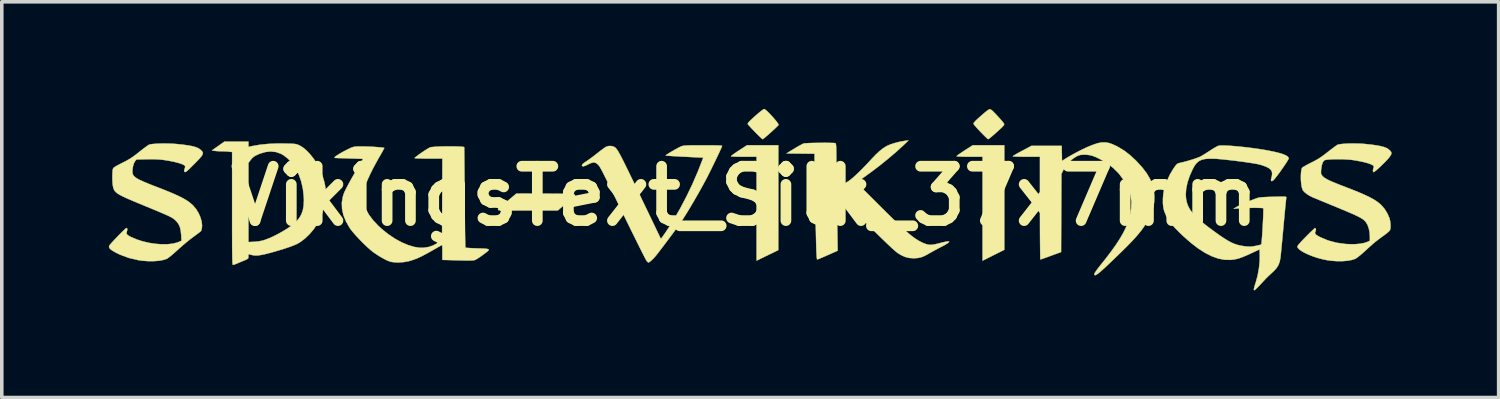
<source format=kicad_pcb>
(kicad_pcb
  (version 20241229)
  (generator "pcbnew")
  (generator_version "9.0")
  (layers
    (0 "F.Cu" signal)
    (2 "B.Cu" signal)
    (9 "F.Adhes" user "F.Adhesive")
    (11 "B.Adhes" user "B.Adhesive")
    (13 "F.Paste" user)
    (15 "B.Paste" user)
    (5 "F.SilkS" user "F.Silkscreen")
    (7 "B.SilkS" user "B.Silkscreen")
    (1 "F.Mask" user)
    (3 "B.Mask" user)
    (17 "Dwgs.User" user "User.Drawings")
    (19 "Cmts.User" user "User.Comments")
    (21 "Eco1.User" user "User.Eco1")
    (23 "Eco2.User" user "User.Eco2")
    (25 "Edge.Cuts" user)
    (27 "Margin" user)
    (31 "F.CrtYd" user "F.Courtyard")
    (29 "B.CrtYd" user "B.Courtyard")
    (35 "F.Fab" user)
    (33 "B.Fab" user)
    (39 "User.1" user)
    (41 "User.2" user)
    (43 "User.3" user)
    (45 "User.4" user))
  (footprint "VikingsText_Silk_37x7mm"
    (layer "F.Cu")
    (at 17.814 2.443)
    (property "Reference" "VikingsText_Silk_37x7mm" (at 0 0 0) (layer "F.SilkS") (effects (font (size 1.524 1.524) (thickness 0.3))))
    (attr through_hole)
    (fp_poly (pts (xy 7.281 1.507) (xy 6.977 1.659) (xy 6.672 1.812) (xy 6.672 -1.101) (xy 6.308 -1.101) (xy 6.2 -1.101) (xy 6.106 -1.103) (xy 6.028 -1.106) (xy 5.974 -1.11) (xy 5.946 -1.114) (xy 5.944 -1.116) (xy 5.957 -1.13) (xy 5.994 -1.158) (xy 6.051 -1.198) (xy 6.121 -1.245) (xy 6.17 -1.277) (xy 6.396 -1.422) (xy 7.281 -1.422) (xy 7.281 1.507)) (stroke (width 0.01) (type solid)) (fill yes) (layer "F.SilkS"))
    (fp_poly (pts (xy 0.948 0.047) (xy 0.947 1.516) (xy 0.643 1.663) (xy 0.339 1.81) (xy 0.339 -1.101) (xy -0.014 -1.101) (xy -0.12 -1.101) (xy -0.215 -1.103) (xy -0.292 -1.105) (xy -0.348 -1.108) (xy -0.376 -1.111) (xy -0.379 -1.112) (xy -0.369 -1.125) (xy -0.335 -1.152) (xy -0.282 -1.191) (xy -0.214 -1.238) (xy -0.161 -1.273) (xy 0.069 -1.422) (xy 0.948 -1.422) (xy 0.948 0.047)) (stroke (width 0.01) (type solid)) (fill yes) (layer "F.SilkS"))
    (fp_poly (pts (xy -5.614 -0.066) (xy -5.454 -0.065) (xy -5.302 -0.064) (xy -5.164 -0.063) (xy -5.042 -0.061) (xy -4.94 -0.059) (xy -4.862 -0.057) (xy -4.811 -0.055) (xy -4.792 -0.053) (xy -4.757 -0.037) (xy -4.747 -0.014) (xy -4.764 0.018) (xy -4.808 0.061) (xy -4.872 0.111) (xy -4.948 0.169) (xy -5.03 0.235) (xy -5.105 0.296) (xy -5.119 0.308) (xy -5.234 0.406) (xy -6.06 0.406) (xy -6.224 0.406) (xy -6.378 0.406) (xy -6.518 0.405) (xy -6.641 0.403) (xy -6.744 0.402) (xy -6.823 0.4) (xy -6.875 0.398) (xy -6.897 0.395) (xy -6.898 0.395) (xy -6.908 0.372) (xy -6.896 0.344) (xy -6.859 0.306) (xy -6.796 0.258) (xy -6.732 0.211) (xy -6.656 0.151) (xy -6.578 0.088) (xy -6.538 0.055) (xy -6.394 -0.068) (xy -5.614 -0.066)) (stroke (width 0.01) (type solid)) (fill yes) (layer "F.SilkS"))
    (fp_poly (pts (xy 0.576 -2.426) (xy 0.616 -2.393) (xy 0.668 -2.345) (xy 0.726 -2.285) (xy 0.786 -2.22) (xy 0.843 -2.155) (xy 0.893 -2.094) (xy 0.931 -2.043) (xy 0.953 -2.007) (xy 0.955 -1.993) (xy 0.94 -1.974) (xy 0.905 -1.939) (xy 0.855 -1.891) (xy 0.795 -1.835) (xy 0.73 -1.776) (xy 0.665 -1.718) (xy 0.605 -1.667) (xy 0.556 -1.625) (xy 0.522 -1.599) (xy 0.509 -1.592) (xy 0.493 -1.603) (xy 0.457 -1.635) (xy 0.407 -1.683) (xy 0.346 -1.743) (xy 0.302 -1.788) (xy 0.236 -1.856) (xy 0.178 -1.917) (xy 0.132 -1.967) (xy 0.102 -2.001) (xy 0.095 -2.011) (xy 0.092 -2.03) (xy 0.106 -2.055) (xy 0.139 -2.093) (xy 0.195 -2.147) (xy 0.196 -2.148) (xy 0.28 -2.225) (xy 0.359 -2.294) (xy 0.43 -2.354) (xy 0.489 -2.4) (xy 0.531 -2.429) (xy 0.552 -2.438) (xy 0.576 -2.426)) (stroke (width 0.01) (type solid)) (fill yes) (layer "F.SilkS"))
    (fp_poly (pts (xy 6.904 -2.423) (xy 6.915 -2.416) (xy 6.944 -2.392) (xy 6.988 -2.349) (xy 7.043 -2.293) (xy 7.102 -2.23) (xy 7.16 -2.166) (xy 7.211 -2.108) (xy 7.25 -2.06) (xy 7.271 -2.03) (xy 7.272 -2.028) (xy 7.277 -2.009) (xy 7.27 -1.988) (xy 7.248 -1.959) (xy 7.207 -1.917) (xy 7.162 -1.875) (xy 7.082 -1.802) (xy 7.006 -1.734) (xy 6.939 -1.676) (xy 6.883 -1.63) (xy 6.844 -1.601) (xy 6.827 -1.592) (xy 6.811 -1.603) (xy 6.777 -1.635) (xy 6.727 -1.684) (xy 6.666 -1.745) (xy 6.616 -1.796) (xy 6.55 -1.866) (xy 6.494 -1.928) (xy 6.45 -1.979) (xy 6.424 -2.013) (xy 6.418 -2.026) (xy 6.426 -2.048) (xy 6.451 -2.081) (xy 6.495 -2.127) (xy 6.562 -2.188) (xy 6.653 -2.268) (xy 6.659 -2.274) (xy 6.736 -2.34) (xy 6.793 -2.386) (xy 6.833 -2.414) (xy 6.862 -2.429) (xy 6.884 -2.431) (xy 6.904 -2.423)) (stroke (width 0.01) (type solid)) (fill yes) (layer "F.SilkS"))
    (fp_poly (pts (xy 10.2 -1.489) (xy 10.303 -1.455) (xy 10.416 -1.404) (xy 10.48 -1.37) (xy 10.643 -1.271) (xy 10.803 -1.147) (xy 10.966 -0.997) (xy 11 -0.961) (xy 11.151 -0.795) (xy 11.271 -0.637) (xy 11.362 -0.483) (xy 11.428 -0.33) (xy 11.468 -0.174) (xy 11.485 -0.012) (xy 11.486 0.042) (xy 11.48 0.18) (xy 11.459 0.305) (xy 11.421 0.428) (xy 11.364 0.562) (xy 11.357 0.576) (xy 11.307 0.675) (xy 11.253 0.769) (xy 11.195 0.861) (xy 11.129 0.953) (xy 11.052 1.05) (xy 10.963 1.153) (xy 10.859 1.266) (xy 10.737 1.392) (xy 10.594 1.534) (xy 10.429 1.695) (xy 10.419 1.704) (xy 10.279 1.838) (xy 10.162 1.95) (xy 10.065 2.04) (xy 9.986 2.11) (xy 9.924 2.162) (xy 9.877 2.196) (xy 9.844 2.215) (xy 9.821 2.219) (xy 9.809 2.21) (xy 9.805 2.19) (xy 9.804 2.185) (xy 9.815 2.16) (xy 9.843 2.115) (xy 9.885 2.056) (xy 9.937 1.989) (xy 9.95 1.972) (xy 10.123 1.755) (xy 10.273 1.558) (xy 10.401 1.379) (xy 10.51 1.213) (xy 10.6 1.06) (xy 10.674 0.915) (xy 10.733 0.776) (xy 10.778 0.639) (xy 10.811 0.503) (xy 10.834 0.363) (xy 10.836 0.347) (xy 10.844 0.166) (xy 10.824 -0.006) (xy 10.773 -0.175) (xy 10.692 -0.344) (xy 10.628 -0.447) (xy 10.489 -0.631) (xy 10.332 -0.788) (xy 10.154 -0.921) (xy 10.085 -0.964) (xy 9.959 -1.035) (xy 9.853 -1.088) (xy 9.76 -1.124) (xy 9.673 -1.146) (xy 9.587 -1.157) (xy 9.542 -1.158) (xy 9.466 -1.157) (xy 9.41 -1.15) (xy 9.359 -1.135) (xy 9.306 -1.111) (xy 9.204 -1.046) (xy 9.103 -0.958) (xy 9.014 -0.855) (xy 8.945 -0.747) (xy 8.939 -0.735) (xy 8.882 -0.618) (xy 8.877 0.476) (xy 8.872 1.57) (xy 8.589 1.674) (xy 8.497 1.708) (xy 8.416 1.737) (xy 8.351 1.759) (xy 8.309 1.774) (xy 8.293 1.778) (xy 8.291 1.762) (xy 8.289 1.714) (xy 8.288 1.637) (xy 8.286 1.533) (xy 8.285 1.406) (xy 8.283 1.257) (xy 8.282 1.089) (xy 8.281 0.904) (xy 8.281 0.705) (xy 8.28 0.494) (xy 8.28 0.339) (xy 8.28 -1.101) (xy 7.899 -1.101) (xy 7.79 -1.101) (xy 7.693 -1.103) (xy 7.613 -1.105) (xy 7.554 -1.108) (xy 7.523 -1.112) (xy 7.518 -1.114) (xy 7.533 -1.125) (xy 7.572 -1.15) (xy 7.632 -1.185) (xy 7.707 -1.227) (xy 7.78 -1.266) (xy 8.042 -1.405) (xy 8.466 -1.405) (xy 8.889 -1.405) (xy 8.894 -1.194) (xy 8.898 -0.982) (xy 8.96 -1.023) (xy 9.031 -1.068) (xy 9.124 -1.123) (xy 9.232 -1.183) (xy 9.346 -1.244) (xy 9.458 -1.301) (xy 9.559 -1.349) (xy 9.623 -1.378) (xy 9.769 -1.437) (xy 9.893 -1.478) (xy 10.002 -1.5) (xy 10.102 -1.503) (xy 10.2 -1.489)) (stroke (width 0.01) (type solid)) (fill yes) (layer "F.SilkS"))
    (fp_poly (pts (xy -13.902 -1.377) (xy -13.796 -1.399) (xy -13.579 -1.437) (xy -13.351 -1.46) (xy -13.105 -1.471) (xy -12.917 -1.47) (xy -12.8 -1.468) (xy -12.712 -1.466) (xy -12.646 -1.463) (xy -12.596 -1.458) (xy -12.558 -1.451) (xy -12.525 -1.44) (xy -12.491 -1.427) (xy -12.467 -1.416) (xy -12.375 -1.36) (xy -12.277 -1.278) (xy -12.178 -1.175) (xy -12.082 -1.055) (xy -11.993 -0.925) (xy -11.922 -0.799) (xy -11.87 -0.683) (xy -11.823 -0.554) (xy -11.783 -0.423) (xy -11.755 -0.301) (xy -11.742 -0.211) (xy -11.74 -0.086) (xy -11.751 0.06) (xy -11.774 0.215) (xy -11.807 0.37) (xy -11.847 0.513) (xy -11.893 0.635) (xy -11.895 0.638) (xy -11.976 0.79) (xy -12.078 0.937) (xy -12.195 1.074) (xy -12.321 1.194) (xy -12.45 1.291) (xy -12.527 1.336) (xy -12.627 1.381) (xy -12.76 1.431) (xy -12.925 1.486) (xy -13.123 1.545) (xy -13.174 1.56) (xy -13.324 1.601) (xy -13.446 1.632) (xy -13.546 1.652) (xy -13.629 1.664) (xy -13.698 1.667) (xy -13.76 1.662) (xy -13.805 1.653) (xy -13.902 1.63) (xy -13.902 1.694) (xy -13.903 1.726) (xy -13.911 1.748) (xy -13.931 1.765) (xy -13.969 1.785) (xy -14.033 1.812) (xy -14.034 1.812) (xy -14.106 1.842) (xy -14.177 1.872) (xy -14.233 1.896) (xy -14.239 1.898) (xy -14.288 1.917) (xy -14.326 1.929) (xy -14.336 1.93) (xy -14.34 1.926) (xy -14.344 1.912) (xy -14.347 1.886) (xy -14.35 1.847) (xy -14.352 1.792) (xy -14.354 1.72) (xy -14.355 1.629) (xy -14.357 1.517) (xy -14.358 1.381) (xy -14.358 1.221) (xy -14.359 1.034) (xy -14.359 0.819) (xy -14.359 0.573) (xy -14.359 0.349) (xy -14.359 -0.926) (xy -13.902 -0.926) (xy -13.902 1.291) (xy -13.737 1.283) (xy -13.612 1.271) (xy -13.501 1.248) (xy -13.437 1.228) (xy -13.312 1.18) (xy -13.178 1.118) (xy -13.04 1.047) (xy -12.906 0.97) (xy -12.782 0.892) (xy -12.674 0.815) (xy -12.59 0.745) (xy -12.57 0.725) (xy -12.484 0.624) (xy -12.42 0.519) (xy -12.378 0.403) (xy -12.354 0.272) (xy -12.347 0.12) (xy -12.351 0.017) (xy -12.375 -0.199) (xy -12.421 -0.404) (xy -12.488 -0.594) (xy -12.573 -0.766) (xy -12.675 -0.918) (xy -12.792 -1.045) (xy -12.923 -1.146) (xy -12.995 -1.185) (xy -13.13 -1.233) (xy -13.275 -1.249) (xy -13.427 -1.233) (xy -13.582 -1.187) (xy -13.629 -1.167) (xy -13.704 -1.131) (xy -13.758 -1.097) (xy -13.801 -1.058) (xy -13.844 -1.006) (xy -13.854 -0.992) (xy -13.902 -0.926) (xy -14.359 -0.926) (xy -14.359 -1.232) (xy -14.438 -1.242) (xy -14.494 -1.248) (xy -14.569 -1.252) (xy -14.647 -1.254) (xy -14.654 -1.254) (xy -14.729 -1.256) (xy -14.8 -1.26) (xy -14.853 -1.266) (xy -14.857 -1.267) (xy -14.924 -1.279) (xy -14.749 -1.401) (xy -14.575 -1.524) (xy -13.902 -1.524) (xy -13.902 -1.377)) (stroke (width 0.01) (type solid)) (fill yes) (layer "F.SilkS"))
    (fp_poly (pts (xy 4.453 -1.421) (xy 4.253 -1.238) (xy 4.029 -1.048) (xy 3.792 -0.856) (xy 3.547 -0.67) (xy 3.342 -0.522) (xy 3.136 -0.377) (xy 3.799 0.283) (xy 3.977 0.46) (xy 4.133 0.614) (xy 4.271 0.747) (xy 4.392 0.861) (xy 4.498 0.959) (xy 4.591 1.041) (xy 4.674 1.11) (xy 4.749 1.167) (xy 4.818 1.214) (xy 4.884 1.254) (xy 4.947 1.288) (xy 5.011 1.318) (xy 5.041 1.33) (xy 5.112 1.355) (xy 5.178 1.367) (xy 5.25 1.367) (xy 5.336 1.354) (xy 5.443 1.328) (xy 5.446 1.327) (xy 5.566 1.297) (xy 5.654 1.278) (xy 5.711 1.271) (xy 5.736 1.277) (xy 5.73 1.294) (xy 5.692 1.324) (xy 5.622 1.366) (xy 5.522 1.421) (xy 5.502 1.431) (xy 5.41 1.479) (xy 5.317 1.529) (xy 5.234 1.575) (xy 5.168 1.612) (xy 5.156 1.619) (xy 5.049 1.678) (xy 4.956 1.715) (xy 4.864 1.736) (xy 4.763 1.744) (xy 4.74 1.744) (xy 4.617 1.736) (xy 4.504 1.708) (xy 4.392 1.658) (xy 4.293 1.597) (xy 4.249 1.563) (xy 4.182 1.505) (xy 4.091 1.422) (xy 3.978 1.315) (xy 3.842 1.184) (xy 3.683 1.028) (xy 3.501 0.849) (xy 3.437 0.786) (xy 3.306 0.656) (xy 3.18 0.532) (xy 3.063 0.417) (xy 2.957 0.314) (xy 2.864 0.223) (xy 2.785 0.148) (xy 2.724 0.09) (xy 2.683 0.052) (xy 2.663 0.036) (xy 2.662 0.035) (xy 2.627 0.024) (xy 2.606 0.027) (xy 2.601 0.042) (xy 2.597 0.08) (xy 2.595 0.145) (xy 2.594 0.236) (xy 2.594 0.356) (xy 2.595 0.507) (xy 2.598 0.688) (xy 2.599 0.785) (xy 2.611 1.532) (xy 2.334 1.655) (xy 2.244 1.695) (xy 2.164 1.729) (xy 2.099 1.756) (xy 2.055 1.773) (xy 2.038 1.778) (xy 2.032 1.766) (xy 2.026 1.727) (xy 2.021 1.66) (xy 2.016 1.565) (xy 2.012 1.438) (xy 2.008 1.3) (xy 2.001 1.001) (xy 1.994 0.715) (xy 1.988 0.443) (xy 1.983 0.188) (xy 1.978 -0.048) (xy 1.974 -0.263) (xy 1.971 -0.454) (xy 1.968 -0.62) (xy 1.966 -0.758) (xy 1.965 -0.866) (xy 1.964 -0.927) (xy 1.964 -1.185) (xy 1.571 -1.189) (xy 1.177 -1.194) (xy 1.389 -1.323) (xy 1.469 -1.371) (xy 1.544 -1.413) (xy 1.606 -1.447) (xy 1.649 -1.468) (xy 1.658 -1.471) (xy 1.689 -1.476) (xy 1.749 -1.48) (xy 1.829 -1.484) (xy 1.925 -1.487) (xy 2.031 -1.489) (xy 2.141 -1.49) (xy 2.249 -1.491) (xy 2.348 -1.49) (xy 2.434 -1.488) (xy 2.5 -1.486) (xy 2.54 -1.482) (xy 2.547 -1.48) (xy 2.554 -1.474) (xy 2.56 -1.461) (xy 2.564 -1.437) (xy 2.568 -1.398) (xy 2.57 -1.343) (xy 2.572 -1.267) (xy 2.573 -1.167) (xy 2.574 -1.041) (xy 2.574 -0.884) (xy 2.574 -0.853) (xy 2.574 -0.713) (xy 2.575 -0.583) (xy 2.576 -0.469) (xy 2.577 -0.373) (xy 2.579 -0.3) (xy 2.581 -0.254) (xy 2.583 -0.237) (xy 2.583 -0.237) (xy 2.608 -0.245) (xy 2.655 -0.268) (xy 2.716 -0.3) (xy 2.785 -0.338) (xy 2.853 -0.378) (xy 2.913 -0.415) (xy 2.956 -0.445) (xy 3.026 -0.501) (xy 3.114 -0.58) (xy 3.216 -0.677) (xy 3.327 -0.788) (xy 3.444 -0.91) (xy 3.562 -1.037) (xy 3.679 -1.16) (xy 3.785 -1.259) (xy 3.883 -1.336) (xy 3.98 -1.397) (xy 4.012 -1.413) (xy 4.086 -1.444) (xy 4.182 -1.476) (xy 4.29 -1.506) (xy 4.399 -1.53) (xy 4.497 -1.546) (xy 4.504 -1.547) (xy 4.597 -1.558) (xy 4.453 -1.421)) (stroke (width 0.01) (type solid)) (fill yes) (layer "F.SilkS"))
    (fp_poly (pts (xy -1.029 -1.421) (xy -0.907 -1.42) (xy -0.802 -1.418) (xy -0.719 -1.416) (xy -0.66 -1.413) (xy -0.63 -1.409) (xy -0.627 -1.407) (xy -0.634 -1.386) (xy -0.654 -1.338) (xy -0.685 -1.269) (xy -0.725 -1.183) (xy -0.772 -1.085) (xy -0.823 -0.978) (xy -0.877 -0.867) (xy -0.931 -0.756) (xy -0.984 -0.651) (xy -1.032 -0.555) (xy -1.075 -0.472) (xy -1.092 -0.44) (xy -1.184 -0.27) (xy -1.284 -0.091) (xy -1.388 0.09) (xy -1.492 0.268) (xy -1.593 0.436) (xy -1.688 0.588) (xy -1.772 0.719) (xy -1.8 0.762) (xy -1.832 0.807) (xy -1.881 0.874) (xy -1.943 0.959) (xy -2.014 1.055) (xy -2.092 1.16) (xy -2.172 1.266) (xy -2.251 1.371) (xy -2.325 1.469) (xy -2.39 1.554) (xy -2.443 1.623) (xy -2.479 1.668) (xy -2.537 1.735) (xy -2.594 1.792) (xy -2.644 1.836) (xy -2.681 1.86) (xy -2.693 1.863) (xy -2.711 1.852) (xy -2.739 1.825) (xy -2.739 1.824) (xy -2.752 1.803) (xy -2.779 1.754) (xy -2.818 1.679) (xy -2.868 1.581) (xy -2.927 1.462) (xy -2.996 1.324) (xy -3.072 1.17) (xy -3.155 1.003) (xy -3.243 0.823) (xy -3.335 0.635) (xy -3.368 0.567) (xy -3.483 0.33) (xy -3.584 0.122) (xy -3.673 -0.06) (xy -3.75 -0.217) (xy -3.815 -0.351) (xy -3.871 -0.465) (xy -3.919 -0.56) (xy -3.958 -0.638) (xy -3.99 -0.7) (xy -4.017 -0.75) (xy -4.039 -0.789) (xy -4.056 -0.818) (xy -4.071 -0.84) (xy -4.084 -0.857) (xy -4.096 -0.871) (xy -4.108 -0.883) (xy -4.11 -0.885) (xy -4.162 -0.925) (xy -4.213 -0.941) (xy -4.272 -0.934) (xy -4.347 -0.904) (xy -4.374 -0.89) (xy -4.454 -0.851) (xy -4.509 -0.833) (xy -4.542 -0.835) (xy -4.555 -0.856) (xy -4.555 -0.862) (xy -4.539 -0.892) (xy -4.491 -0.932) (xy -4.441 -0.966) (xy -4.384 -1.004) (xy -4.31 -1.057) (xy -4.228 -1.118) (xy -4.146 -1.182) (xy -4.131 -1.194) (xy -4.057 -1.252) (xy -3.988 -1.304) (xy -3.93 -1.346) (xy -3.89 -1.373) (xy -3.882 -1.378) (xy -3.803 -1.402) (xy -3.72 -1.4) (xy -3.658 -1.38) (xy -3.641 -1.37) (xy -3.624 -1.359) (xy -3.607 -1.343) (xy -3.588 -1.321) (xy -3.567 -1.292) (xy -3.542 -1.254) (xy -3.513 -1.204) (xy -3.478 -1.141) (xy -3.438 -1.063) (xy -3.39 -0.969) (xy -3.334 -0.856) (xy -3.268 -0.722) (xy -3.193 -0.567) (xy -3.106 -0.388) (xy -3.008 -0.183) (xy -2.897 0.049) (xy -2.811 0.229) (xy -2.73 0.397) (xy -2.653 0.557) (xy -2.582 0.705) (xy -2.518 0.838) (xy -2.463 0.954) (xy -2.416 1.051) (xy -2.38 1.126) (xy -2.356 1.176) (xy -2.345 1.198) (xy -2.344 1.199) (xy -2.333 1.189) (xy -2.307 1.155) (xy -2.269 1.102) (xy -2.222 1.034) (xy -2.17 0.956) (xy -2.115 0.873) (xy -2.061 0.79) (xy -2.011 0.71) (xy -1.998 0.688) (xy -1.808 0.36) (xy -1.627 0.016) (xy -1.46 -0.332) (xy -1.312 -0.674) (xy -1.26 -0.804) (xy -1.155 -1.075) (xy -1.677 -1.101) (xy -1.806 -1.107) (xy -1.925 -1.114) (xy -2.028 -1.12) (xy -2.112 -1.126) (xy -2.172 -1.131) (xy -2.204 -1.134) (xy -2.208 -1.136) (xy -2.198 -1.147) (xy -2.164 -1.171) (xy -2.112 -1.204) (xy -2.048 -1.242) (xy -1.978 -1.283) (xy -1.908 -1.322) (xy -1.843 -1.357) (xy -1.791 -1.383) (xy -1.771 -1.392) (xy -1.748 -1.4) (xy -1.719 -1.406) (xy -1.68 -1.412) (xy -1.627 -1.415) (xy -1.558 -1.418) (xy -1.467 -1.42) (xy -1.35 -1.421) (xy -1.205 -1.421) (xy -1.164 -1.421) (xy -1.029 -1.421)) (stroke (width 0.01) (type solid)) (fill yes) (layer "F.SilkS"))
    (fp_poly (pts (xy -16.14 -1.469) (xy -16.024 -1.465) (xy -15.923 -1.458) (xy -15.75 -1.44) (xy -15.608 -1.421) (xy -15.492 -1.4) (xy -15.398 -1.376) (xy -15.324 -1.348) (xy -15.266 -1.314) (xy -15.219 -1.274) (xy -15.216 -1.271) (xy -15.192 -1.242) (xy -15.18 -1.214) (xy -15.181 -1.183) (xy -15.197 -1.146) (xy -15.231 -1.098) (xy -15.284 -1.037) (xy -15.359 -0.959) (xy -15.426 -0.891) (xy -15.509 -0.809) (xy -15.571 -0.748) (xy -15.616 -0.707) (xy -15.648 -0.683) (xy -15.669 -0.672) (xy -15.683 -0.673) (xy -15.687 -0.675) (xy -15.701 -0.694) (xy -15.702 -0.72) (xy -15.689 -0.761) (xy -15.677 -0.805) (xy -15.676 -0.837) (xy -15.678 -0.842) (xy -15.711 -0.869) (xy -15.774 -0.898) (xy -15.863 -0.927) (xy -15.975 -0.956) (xy -16.107 -0.983) (xy -16.253 -1.007) (xy -16.264 -1.009) (xy -16.374 -1.022) (xy -16.492 -1.029) (xy -16.627 -1.032) (xy -16.745 -1.03) (xy -17.038 -1.024) (xy -17.077 -0.978) (xy -17.109 -0.923) (xy -17.134 -0.845) (xy -17.15 -0.754) (xy -17.153 -0.686) (xy -17.15 -0.642) (xy -17.139 -0.603) (xy -17.117 -0.566) (xy -17.081 -0.531) (xy -17.028 -0.494) (xy -16.957 -0.454) (xy -16.863 -0.411) (xy -16.744 -0.361) (xy -16.598 -0.302) (xy -16.493 -0.262) (xy -16.29 -0.183) (xy -16.117 -0.113) (xy -15.969 -0.05) (xy -15.845 0.007) (xy -15.739 0.061) (xy -15.651 0.112) (xy -15.575 0.162) (xy -15.51 0.214) (xy -15.453 0.266) (xy -15.37 0.364) (xy -15.3 0.478) (xy -15.247 0.598) (xy -15.213 0.718) (xy -15.201 0.83) (xy -15.205 0.882) (xy -15.215 0.933) (xy -15.225 0.97) (xy -15.229 0.978) (xy -15.247 0.995) (xy -15.287 1.027) (xy -15.344 1.07) (xy -15.413 1.121) (xy -15.447 1.146) (xy -15.532 1.21) (xy -15.631 1.289) (xy -15.735 1.377) (xy -15.835 1.464) (xy -15.887 1.512) (xy -15.971 1.587) (xy -16.049 1.655) (xy -16.116 1.709) (xy -16.168 1.747) (xy -16.193 1.761) (xy -16.293 1.793) (xy -16.418 1.815) (xy -16.562 1.826) (xy -16.716 1.825) (xy -16.875 1.813) (xy -16.994 1.796) (xy -17.256 1.734) (xy -17.501 1.643) (xy -17.595 1.598) (xy -17.69 1.546) (xy -17.755 1.503) (xy -17.794 1.464) (xy -17.809 1.429) (xy -17.804 1.397) (xy -17.789 1.374) (xy -17.754 1.333) (xy -17.706 1.279) (xy -17.647 1.216) (xy -17.582 1.148) (xy -17.516 1.08) (xy -17.453 1.017) (xy -17.397 0.963) (xy -17.354 0.922) (xy -17.327 0.9) (xy -17.321 0.897) (xy -17.3 0.911) (xy -17.297 0.948) (xy -17.308 0.99) (xy -17.318 1.033) (xy -17.311 1.068) (xy -17.28 1.099) (xy -17.224 1.133) (xy -17.203 1.144) (xy -17.046 1.212) (xy -16.876 1.268) (xy -16.698 1.311) (xy -16.517 1.339) (xy -16.341 1.353) (xy -16.174 1.352) (xy -16.022 1.335) (xy -15.892 1.302) (xy -15.852 1.286) (xy -15.777 1.253) (xy -15.786 1.096) (xy -15.799 0.971) (xy -15.822 0.871) (xy -15.858 0.79) (xy -15.91 0.72) (xy -15.934 0.695) (xy -15.96 0.67) (xy -15.987 0.647) (xy -16.018 0.625) (xy -16.055 0.602) (xy -16.102 0.577) (xy -16.162 0.548) (xy -16.239 0.514) (xy -16.334 0.473) (xy -16.452 0.423) (xy -16.594 0.364) (xy -16.759 0.296) (xy -16.949 0.218) (xy -17.111 0.15) (xy -17.246 0.092) (xy -17.357 0.043) (xy -17.447 -0.000292) (xy -17.518 -0.038) (xy -17.573 -0.073) (xy -17.614 -0.105) (xy -17.644 -0.137) (xy -17.665 -0.17) (xy -17.68 -0.205) (xy -17.692 -0.244) (xy -17.696 -0.263) (xy -17.706 -0.321) (xy -17.712 -0.4) (xy -17.715 -0.49) (xy -17.715 -0.581) (xy -17.712 -0.663) (xy -17.706 -0.727) (xy -17.701 -0.754) (xy -17.691 -0.775) (xy -17.674 -0.795) (xy -17.644 -0.817) (xy -17.597 -0.845) (xy -17.528 -0.882) (xy -17.441 -0.926) (xy -17.331 -0.982) (xy -17.238 -1.035) (xy -17.153 -1.09) (xy -17.062 -1.156) (xy -16.967 -1.231) (xy -16.888 -1.293) (xy -16.815 -1.349) (xy -16.753 -1.394) (xy -16.707 -1.426) (xy -16.688 -1.437) (xy -16.645 -1.449) (xy -16.574 -1.458) (xy -16.482 -1.465) (xy -16.375 -1.469) (xy -16.259 -1.471) (xy -16.14 -1.469)) (stroke (width 0.01) (type solid)) (fill yes) (layer "F.SilkS"))
    (fp_poly (pts (xy -8.098 -1.389) (xy -8.007 -1.386) (xy -7.933 -1.382) (xy -7.881 -1.377) (xy -7.856 -1.369) (xy -7.855 -1.367) (xy -7.854 -1.348) (xy -7.854 -1.296) (xy -7.853 -1.216) (xy -7.852 -1.11) (xy -7.851 -0.981) (xy -7.849 -0.83) (xy -7.848 -0.66) (xy -7.846 -0.475) (xy -7.845 -0.276) (xy -7.843 -0.066) (xy -7.842 0.045) (xy -7.84 0.259) (xy -7.839 0.464) (xy -7.837 0.656) (xy -7.834 0.833) (xy -7.832 0.992) (xy -7.83 1.132) (xy -7.828 1.249) (xy -7.826 1.342) (xy -7.824 1.407) (xy -7.822 1.442) (xy -7.821 1.447) (xy -7.802 1.451) (xy -7.754 1.455) (xy -7.684 1.46) (xy -7.597 1.464) (xy -7.516 1.467) (xy -7.387 1.471) (xy -7.289 1.475) (xy -7.221 1.481) (xy -7.18 1.49) (xy -7.165 1.504) (xy -7.174 1.524) (xy -7.204 1.553) (xy -7.253 1.591) (xy -7.31 1.634) (xy -7.382 1.687) (xy -7.451 1.734) (xy -7.509 1.77) (xy -7.548 1.791) (xy -7.55 1.792) (xy -7.578 1.799) (xy -7.619 1.804) (xy -7.677 1.806) (xy -7.755 1.807) (xy -7.859 1.806) (xy -7.991 1.803) (xy -8.039 1.802) (xy -8.467 1.79) (xy -8.467 1.581) (xy -8.467 1.501) (xy -8.469 1.435) (xy -8.471 1.39) (xy -8.474 1.372) (xy -8.474 1.372) (xy -8.49 1.38) (xy -8.531 1.402) (xy -8.592 1.436) (xy -8.667 1.479) (xy -8.749 1.526) (xy -8.907 1.615) (xy -9.042 1.686) (xy -9.161 1.742) (xy -9.27 1.784) (xy -9.374 1.817) (xy -9.423 1.83) (xy -9.542 1.851) (xy -9.666 1.861) (xy -9.787 1.86) (xy -9.892 1.847) (xy -9.95 1.832) (xy -10.034 1.797) (xy -10.135 1.744) (xy -10.245 1.68) (xy -10.354 1.608) (xy -10.407 1.571) (xy -10.486 1.507) (xy -10.579 1.424) (xy -10.679 1.329) (xy -10.779 1.227) (xy -10.875 1.125) (xy -10.96 1.028) (xy -11.029 0.943) (xy -11.062 0.897) (xy -11.167 0.714) (xy -11.24 0.535) (xy -11.278 0.36) (xy -11.284 0.189) (xy -11.256 0.02) (xy -11.227 -0.072) (xy -11.201 -0.132) (xy -11.158 -0.218) (xy -11.102 -0.325) (xy -11.033 -0.451) (xy -10.953 -0.592) (xy -10.865 -0.745) (xy -10.825 -0.813) (xy -10.69 -1.041) (xy -11.014 -1.052) (xy -11.121 -1.055) (xy -11.223 -1.059) (xy -11.311 -1.061) (xy -11.38 -1.063) (xy -11.419 -1.065) (xy -11.467 -1.067) (xy -11.488 -1.073) (xy -11.486 -1.086) (xy -11.48 -1.093) (xy -11.452 -1.117) (xy -11.4 -1.151) (xy -11.332 -1.193) (xy -11.254 -1.238) (xy -11.172 -1.281) (xy -11.094 -1.32) (xy -11.065 -1.334) (xy -11.016 -1.356) (xy -10.975 -1.371) (xy -10.935 -1.38) (xy -10.887 -1.386) (xy -10.823 -1.388) (xy -10.736 -1.389) (xy -10.708 -1.389) (xy -10.625 -1.387) (xy -10.532 -1.384) (xy -10.434 -1.38) (xy -10.338 -1.374) (xy -10.25 -1.367) (xy -10.177 -1.36) (xy -10.123 -1.353) (xy -10.097 -1.347) (xy -10.095 -1.346) (xy -10.102 -1.331) (xy -10.123 -1.291) (xy -10.155 -1.232) (xy -10.196 -1.16) (xy -10.225 -1.11) (xy -10.32 -0.942) (xy -10.41 -0.774) (xy -10.49 -0.613) (xy -10.559 -0.463) (xy -10.613 -0.332) (xy -10.633 -0.274) (xy -10.674 -0.11) (xy -10.685 0.051) (xy -10.664 0.208) (xy -10.611 0.365) (xy -10.527 0.521) (xy -10.41 0.678) (xy -10.26 0.837) (xy -10.165 0.924) (xy -9.986 1.068) (xy -9.801 1.193) (xy -9.615 1.295) (xy -9.43 1.374) (xy -9.253 1.427) (xy -9.114 1.449) (xy -8.982 1.449) (xy -8.851 1.428) (xy -8.729 1.387) (xy -8.622 1.33) (xy -8.539 1.26) (xy -8.526 1.245) (xy -8.475 1.182) (xy -8.471 0.066) (xy -8.466 -1.05) (xy -8.856 -1.05) (xy -8.967 -1.05) (xy -9.065 -1.052) (xy -9.147 -1.054) (xy -9.207 -1.057) (xy -9.24 -1.06) (xy -9.245 -1.063) (xy -9.232 -1.079) (xy -9.195 -1.109) (xy -9.142 -1.149) (xy -9.078 -1.195) (xy -9.009 -1.242) (xy -8.94 -1.287) (xy -8.879 -1.325) (xy -8.83 -1.352) (xy -8.806 -1.363) (xy -8.768 -1.371) (xy -8.705 -1.377) (xy -8.623 -1.383) (xy -8.526 -1.387) (xy -8.42 -1.389) (xy -8.309 -1.391) (xy -8.2 -1.391) (xy -8.098 -1.389)) (stroke (width 0.01) (type solid)) (fill yes) (layer "F.SilkS"))
    (fp_poly (pts (xy 17.164 -1.471) (xy 17.281 -1.466) (xy 17.388 -1.459) (xy 17.401 -1.457) (xy 17.571 -1.439) (xy 17.712 -1.419) (xy 17.825 -1.398) (xy 17.916 -1.374) (xy 17.988 -1.347) (xy 18.044 -1.314) (xy 18.088 -1.276) (xy 18.091 -1.273) (xy 18.122 -1.233) (xy 18.13 -1.193) (xy 18.115 -1.149) (xy 18.076 -1.092) (xy 18.056 -1.067) (xy 18.009 -1.014) (xy 17.951 -0.953) (xy 17.886 -0.889) (xy 17.821 -0.826) (xy 17.758 -0.768) (xy 17.702 -0.719) (xy 17.659 -0.685) (xy 17.633 -0.669) (xy 17.629 -0.668) (xy 17.613 -0.695) (xy 17.614 -0.739) (xy 17.628 -0.779) (xy 17.637 -0.816) (xy 17.635 -0.835) (xy 17.609 -0.862) (xy 17.553 -0.89) (xy 17.47 -0.92) (xy 17.364 -0.949) (xy 17.238 -0.976) (xy 17.097 -1.001) (xy 17.047 -1.009) (xy 16.958 -1.019) (xy 16.855 -1.026) (xy 16.745 -1.031) (xy 16.632 -1.032) (xy 16.524 -1.031) (xy 16.425 -1.027) (xy 16.343 -1.02) (xy 16.282 -1.011) (xy 16.248 -1) (xy 16.247 -0.999) (xy 16.207 -0.946) (xy 16.179 -0.863) (xy 16.161 -0.748) (xy 16.16 -0.74) (xy 16.156 -0.676) (xy 16.157 -0.633) (xy 16.166 -0.604) (xy 16.186 -0.575) (xy 16.197 -0.562) (xy 16.225 -0.533) (xy 16.264 -0.504) (xy 16.317 -0.472) (xy 16.386 -0.437) (xy 16.476 -0.397) (xy 16.588 -0.351) (xy 16.727 -0.296) (xy 16.857 -0.246) (xy 17.058 -0.168) (xy 17.23 -0.098) (xy 17.376 -0.035) (xy 17.499 0.023) (xy 17.602 0.078) (xy 17.69 0.131) (xy 17.764 0.184) (xy 17.829 0.239) (xy 17.857 0.266) (xy 17.941 0.366) (xy 18.015 0.486) (xy 18.071 0.611) (xy 18.077 0.628) (xy 18.094 0.7) (xy 18.104 0.781) (xy 18.106 0.86) (xy 18.099 0.926) (xy 18.087 0.96) (xy 18.066 0.986) (xy 18.024 1.024) (xy 17.969 1.067) (xy 17.946 1.085) (xy 17.841 1.161) (xy 17.757 1.224) (xy 17.686 1.279) (xy 17.62 1.334) (xy 17.553 1.393) (xy 17.475 1.463) (xy 17.413 1.521) (xy 17.333 1.593) (xy 17.257 1.658) (xy 17.191 1.71) (xy 17.14 1.747) (xy 17.115 1.761) (xy 17.015 1.793) (xy 16.89 1.815) (xy 16.746 1.826) (xy 16.592 1.825) (xy 16.434 1.813) (xy 16.315 1.796) (xy 16.184 1.768) (xy 16.052 1.732) (xy 15.926 1.69) (xy 15.808 1.643) (xy 15.703 1.594) (xy 15.615 1.545) (xy 15.548 1.497) (xy 15.506 1.453) (xy 15.494 1.418) (xy 15.506 1.392) (xy 15.543 1.344) (xy 15.603 1.277) (xy 15.685 1.191) (xy 15.735 1.14) (xy 15.808 1.066) (xy 15.874 1.002) (xy 15.929 0.95) (xy 15.968 0.914) (xy 15.988 0.898) (xy 15.989 0.897) (xy 16.008 0.911) (xy 16.014 0.944) (xy 16.005 0.985) (xy 16.001 0.993) (xy 15.988 1.028) (xy 15.995 1.058) (xy 16.023 1.089) (xy 16.077 1.123) (xy 16.133 1.153) (xy 16.354 1.246) (xy 16.593 1.31) (xy 16.849 1.345) (xy 16.925 1.349) (xy 17.096 1.351) (xy 17.248 1.339) (xy 17.375 1.314) (xy 17.453 1.287) (xy 17.526 1.255) (xy 17.526 1.129) (xy 17.517 1.013) (xy 17.494 0.902) (xy 17.458 0.803) (xy 17.412 0.728) (xy 17.406 0.721) (xy 17.379 0.692) (xy 17.347 0.664) (xy 17.308 0.636) (xy 17.258 0.607) (xy 17.195 0.573) (xy 17.116 0.535) (xy 17.017 0.491) (xy 16.895 0.439) (xy 16.747 0.377) (xy 16.595 0.313) (xy 16.458 0.257) (xy 16.328 0.203) (xy 16.21 0.155) (xy 16.107 0.112) (xy 16.023 0.077) (xy 15.962 0.052) (xy 15.928 0.038) (xy 15.926 0.037) (xy 15.841 -0.005) (xy 15.761 -0.055) (xy 15.696 -0.107) (xy 15.652 -0.155) (xy 15.643 -0.171) (xy 15.62 -0.242) (xy 15.603 -0.335) (xy 15.594 -0.442) (xy 15.592 -0.552) (xy 15.597 -0.656) (xy 15.61 -0.743) (xy 15.622 -0.783) (xy 15.64 -0.801) (xy 15.684 -0.829) (xy 15.747 -0.865) (xy 15.824 -0.906) (xy 15.873 -0.93) (xy 15.983 -0.986) (xy 16.076 -1.039) (xy 16.164 -1.096) (xy 16.258 -1.164) (xy 16.339 -1.228) (xy 16.418 -1.289) (xy 16.492 -1.345) (xy 16.554 -1.391) (xy 16.6 -1.423) (xy 16.619 -1.435) (xy 16.661 -1.447) (xy 16.73 -1.457) (xy 16.821 -1.465) (xy 16.928 -1.47) (xy 17.044 -1.472) (xy 17.164 -1.471)) (stroke (width 0.01) (type solid)) (fill yes) (layer "F.SilkS"))
    (fp_poly (pts (xy 13.513 -1.413) (xy 13.635 -1.405) (xy 13.772 -1.394) (xy 13.92 -1.38) (xy 14.075 -1.363) (xy 14.232 -1.343) (xy 14.386 -1.322) (xy 14.534 -1.299) (xy 14.647 -1.279) (xy 14.825 -1.244) (xy 14.971 -1.209) (xy 15.085 -1.175) (xy 15.168 -1.141) (xy 15.223 -1.105) (xy 15.25 -1.069) (xy 15.253 -1.058) (xy 15.245 -1.035) (xy 15.219 -0.99) (xy 15.181 -0.928) (xy 15.132 -0.855) (xy 15.077 -0.775) (xy 15.019 -0.693) (xy 14.962 -0.615) (xy 14.908 -0.545) (xy 14.863 -0.488) (xy 14.829 -0.45) (xy 14.822 -0.443) (xy 14.784 -0.418) (xy 14.76 -0.422) (xy 14.755 -0.453) (xy 14.765 -0.497) (xy 14.779 -0.555) (xy 14.787 -0.619) (xy 14.787 -0.625) (xy 14.779 -0.686) (xy 14.747 -0.739) (xy 14.689 -0.786) (xy 14.603 -0.828) (xy 14.487 -0.868) (xy 14.416 -0.887) (xy 14.355 -0.9) (xy 14.265 -0.916) (xy 14.153 -0.933) (xy 14.025 -0.952) (xy 13.887 -0.97) (xy 13.744 -0.989) (xy 13.603 -1.005) (xy 13.468 -1.02) (xy 13.347 -1.032) (xy 13.244 -1.041) (xy 13.173 -1.045) (xy 13.027 -1.047) (xy 12.909 -1.038) (xy 12.813 -1.016) (xy 12.736 -0.979) (xy 12.671 -0.924) (xy 12.613 -0.848) (xy 12.561 -0.755) (xy 12.476 -0.564) (xy 12.414 -0.377) (xy 12.377 -0.199) (xy 12.366 -0.033) (xy 12.376 0.087) (xy 12.397 0.184) (xy 12.43 0.276) (xy 12.477 0.366) (xy 12.541 0.456) (xy 12.623 0.55) (xy 12.727 0.649) (xy 12.853 0.757) (xy 13.005 0.876) (xy 13.158 0.989) (xy 13.304 1.094) (xy 13.429 1.178) (xy 13.537 1.246) (xy 13.634 1.299) (xy 13.724 1.339) (xy 13.811 1.368) (xy 13.901 1.39) (xy 13.998 1.406) (xy 14.025 1.409) (xy 14.11 1.418) (xy 14.181 1.419) (xy 14.253 1.411) (xy 14.321 1.399) (xy 14.389 1.384) (xy 14.443 1.371) (xy 14.477 1.36) (xy 14.482 1.357) (xy 14.487 1.337) (xy 14.493 1.289) (xy 14.499 1.217) (xy 14.506 1.126) (xy 14.513 1.023) (xy 14.52 0.912) (xy 14.526 0.798) (xy 14.532 0.686) (xy 14.537 0.582) (xy 14.54 0.491) (xy 14.542 0.417) (xy 14.542 0.367) (xy 14.54 0.344) (xy 14.54 0.344) (xy 14.517 0.338) (xy 14.467 0.334) (xy 14.394 0.332) (xy 14.305 0.331) (xy 14.205 0.332) (xy 14.1 0.334) (xy 13.996 0.338) (xy 13.902 0.343) (xy 13.708 0.356) (xy 13.809 0.297) (xy 13.87 0.265) (xy 13.954 0.225) (xy 14.053 0.182) (xy 14.158 0.138) (xy 14.262 0.097) (xy 14.355 0.063) (xy 14.376 0.055) (xy 14.419 0.045) (xy 14.481 0.037) (xy 14.568 0.031) (xy 14.682 0.025) (xy 14.823 0.022) (xy 14.944 0.019) (xy 15.035 0.017) (xy 15.1 0.017) (xy 15.144 0.019) (xy 15.17 0.023) (xy 15.182 0.028) (xy 15.185 0.037) (xy 15.184 0.045) (xy 15.18 0.068) (xy 15.175 0.121) (xy 15.166 0.201) (xy 15.156 0.304) (xy 15.144 0.426) (xy 15.131 0.565) (xy 15.117 0.716) (xy 15.105 0.847) (xy 15.09 1.01) (xy 15.076 1.166) (xy 15.062 1.312) (xy 15.049 1.443) (xy 15.038 1.556) (xy 15.029 1.646) (xy 15.022 1.709) (xy 15.019 1.736) (xy 14.997 1.846) (xy 14.962 1.937) (xy 14.911 2.019) (xy 14.836 2.101) (xy 14.791 2.143) (xy 14.728 2.201) (xy 14.667 2.259) (xy 14.617 2.308) (xy 14.598 2.328) (xy 14.527 2.405) (xy 14.459 2.478) (xy 14.397 2.542) (xy 14.345 2.593) (xy 14.308 2.628) (xy 14.289 2.642) (xy 14.289 2.642) (xy 14.277 2.628) (xy 14.275 2.614) (xy 14.28 2.587) (xy 14.293 2.536) (xy 14.313 2.468) (xy 14.333 2.406) (xy 14.383 2.218) (xy 14.419 2.016) (xy 14.439 1.816) (xy 14.441 1.666) (xy 14.436 1.494) (xy 14.207 1.602) (xy 14.071 1.664) (xy 13.957 1.711) (xy 13.86 1.746) (xy 13.772 1.769) (xy 13.686 1.783) (xy 13.621 1.79) (xy 13.453 1.786) (xy 13.279 1.753) (xy 13.097 1.688) (xy 12.908 1.593) (xy 12.71 1.466) (xy 12.504 1.307) (xy 12.289 1.117) (xy 12.203 1.035) (xy 12.087 0.918) (xy 11.994 0.816) (xy 11.92 0.724) (xy 11.861 0.635) (xy 11.814 0.545) (xy 11.773 0.448) (xy 11.758 0.406) (xy 11.737 0.313) (xy 11.726 0.198) (xy 11.727 0.07) (xy 11.738 -0.06) (xy 11.759 -0.182) (xy 11.774 -0.24) (xy 11.84 -0.424) (xy 11.922 -0.601) (xy 12.016 -0.76) (xy 12.037 -0.79) (xy 12.08 -0.849) (xy 12.111 -0.886) (xy 12.14 -0.908) (xy 12.175 -0.921) (xy 12.221 -0.932) (xy 12.297 -0.95) (xy 12.389 -0.974) (xy 12.487 -1.003) (xy 12.584 -1.033) (xy 12.672 -1.063) (xy 12.741 -1.089) (xy 12.774 -1.103) (xy 12.815 -1.126) (xy 12.876 -1.163) (xy 12.949 -1.209) (xy 13.027 -1.259) (xy 13.036 -1.265) (xy 13.112 -1.314) (xy 13.183 -1.357) (xy 13.243 -1.389) (xy 13.283 -1.407) (xy 13.287 -1.408) (xy 13.335 -1.415) (xy 13.412 -1.416) (xy 13.513 -1.413)) (stroke (width 0.01) (type solid)) (fill yes) (layer "F.SilkS")))
  (gr_rect
    (start -3 -3)
    (end 38.949 8.09)
    (stroke (width 0.1) (type default))
    (fill no)
    (layer "Edge.Cuts")))
</source>
